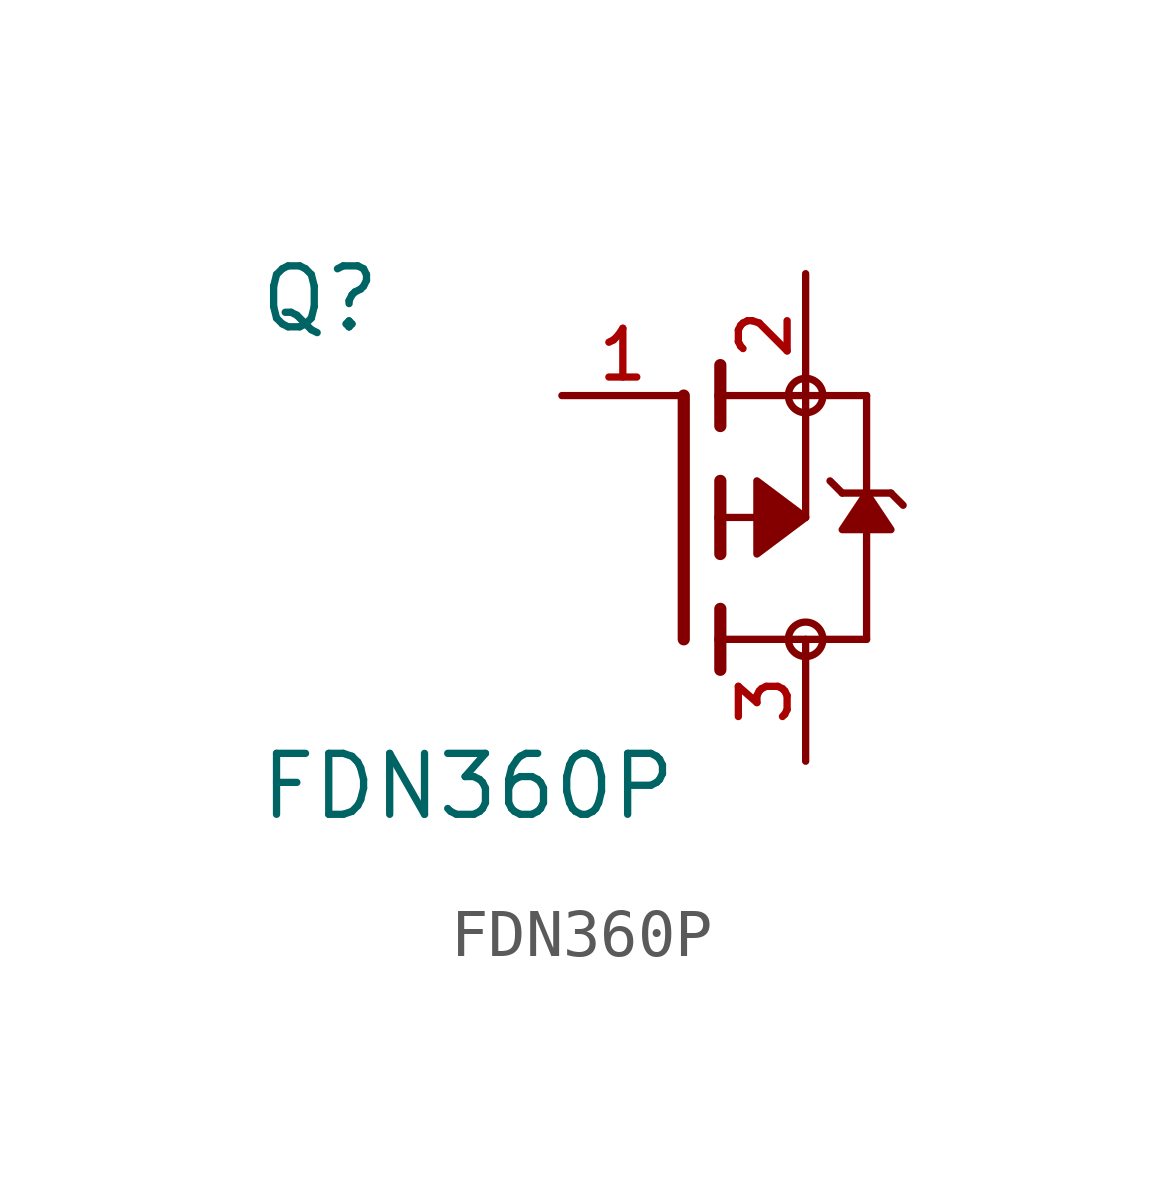
<source format=kicad_sym>
(kicad_symbol_lib
  (version 20211014)
  (generator kicad_symbol_editor)
  (symbol "FDN360P"
    (pin_names
      (offset 1.016))
    (property "Reference" "Q"
      (at -8.89 3.81 0)
      (effects (font (size 1.27 1.27)) (justify bottom left)))
    (property "Value" "FDN360P"
      (at -8.89 -6.35 0)
      (effects (font (size 1.27 1.27)) (justify bottom left)))
    (symbol "FDN360P_0_0"
      (polyline (pts (xy 0.762 -0.762) (xy 0.762 0.0)) (stroke (width 0.254)))
      (polyline (pts (xy 0.762 0.0) (xy 0.762 0.762)) (stroke (width 0.254)))
      (polyline (pts (xy 0.762 -3.175) (xy 0.762 -2.54)) (stroke (width 0.254)))
      (polyline (pts (xy 0.762 -2.54) (xy 0.762 -1.905)) (stroke (width 0.254)))
      (polyline (pts (xy 0.762 0.0) (xy 2.54 0.0)) (stroke (width 0.152)))
      (polyline (pts (xy 2.54 0.0) (xy 2.54 2.54)) (stroke (width 0.152)))
      (polyline (pts (xy 0.762 1.905) (xy 0.762 2.54)) (stroke (width 0.254)))
      (polyline (pts (xy 0.762 2.54) (xy 0.762 3.175)) (stroke (width 0.254)))
      (polyline (pts (xy 0.0 -2.54) (xy 0.0 2.54)) (stroke (width 0.254)))
      (polyline (pts (xy 2.54 2.54) (xy 0.762 2.54)) (stroke (width 0.152)))
      (polyline (pts (xy 3.81 -2.54) (xy 3.81 0.508)) (stroke (width 0.152)))
      (polyline (pts (xy 3.81 0.508) (xy 3.81 2.54)) (stroke (width 0.152)))
      (polyline (pts (xy 2.54 2.54) (xy 3.81 2.54)) (stroke (width 0.152)))
      (polyline (pts (xy 0.762 -2.54) (xy 3.81 -2.54)) (stroke (width 0.152)))
      (polyline (pts (xy 3.048 0.762) (xy 3.302 0.508)) (stroke (width 0.152)))
      (polyline (pts (xy 3.302 0.508) (xy 3.81 0.508)) (stroke (width 0.152)))
      (polyline (pts (xy 3.81 0.508) (xy 4.318 0.508)) (stroke (width 0.152)))
      (polyline (pts (xy 4.318 0.508) (xy 4.572 0.254)) (stroke (width 0.152)))
      (circle (center 2.54 2.54) (radius 0.359) (stroke (width 0.0)) (fill (type none)))
      (circle (center 2.54 -2.54) (radius 0.359) (stroke (width 0.0)) (fill (type none)))
      (polyline (pts (xy 3.81 0.508) (xy 4.318 -0.254) (xy 3.302 -0.254) (xy 3.81 0.508)) (stroke (width 0.152)) (fill (type outline)))
      (polyline (pts (xy 2.54 0.0) (xy 1.524 0.762) (xy 1.524 -0.762) (xy 2.54 0.0)) (stroke (width 0.152)) (fill (type outline)))
      (pin passive line (at 2.54 5.08 270.0) (length 2.54) (name "~" (effects (font (size 1.016 1.016)))) (number "2" (effects (font (size 1.016 1.016)))))
      (pin passive line (at -2.54 2.54 0) (length 2.54) (name "~" (effects (font (size 1.016 1.016)))) (number "1" (effects (font (size 1.016 1.016)))))
      (pin passive line (at 2.54 -5.08 90.0) (length 2.54) (name "~" (effects (font (size 1.016 1.016)))) (number "3" (effects (font (size 1.016 1.016))))))))
</source>
